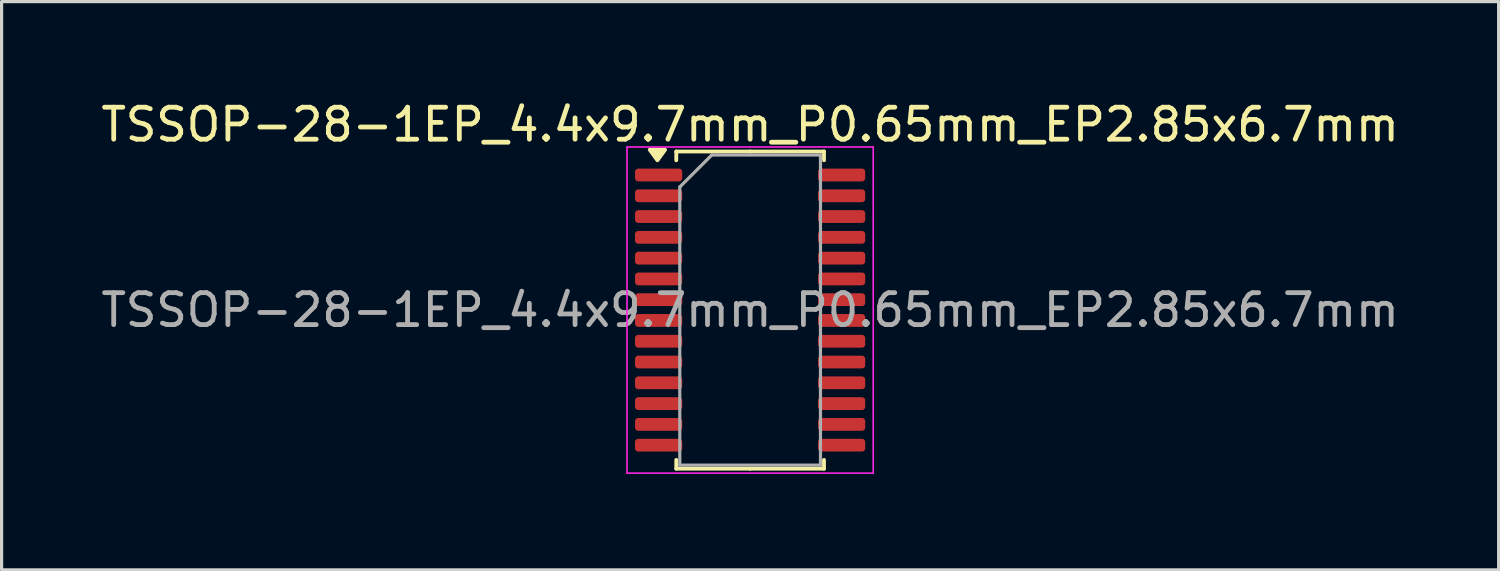
<source format=kicad_pcb>
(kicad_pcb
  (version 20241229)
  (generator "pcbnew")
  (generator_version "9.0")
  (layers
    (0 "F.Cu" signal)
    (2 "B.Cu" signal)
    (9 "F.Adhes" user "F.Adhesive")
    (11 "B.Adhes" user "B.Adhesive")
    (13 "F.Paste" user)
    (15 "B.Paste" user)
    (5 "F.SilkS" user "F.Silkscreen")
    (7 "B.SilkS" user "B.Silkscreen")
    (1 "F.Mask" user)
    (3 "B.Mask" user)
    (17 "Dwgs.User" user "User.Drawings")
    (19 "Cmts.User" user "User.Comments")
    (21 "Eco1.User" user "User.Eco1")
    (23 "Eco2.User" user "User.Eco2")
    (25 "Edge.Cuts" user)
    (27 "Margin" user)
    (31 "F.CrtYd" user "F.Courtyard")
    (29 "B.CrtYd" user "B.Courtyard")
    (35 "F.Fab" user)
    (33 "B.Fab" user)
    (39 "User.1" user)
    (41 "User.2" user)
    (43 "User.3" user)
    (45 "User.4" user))
  (footprint "TSSOP-28-1EP_4.4x9.7mm_P0.65mm_EP2.85x6.7mm"
    (layer "F.Cu")
    (at 20.411 6.648)
    (property "Reference" "TSSOP-28-1EP_4.4x9.7mm_P0.65mm_EP2.85x6.7mm" (at 0 -5.8 0) (layer "F.SilkS") (effects (font (size 1 1) (thickness 0.15))))
    (attr smd)
    (fp_line (start -2.31 -4.96) (end -2.31 -4.685) (stroke (width 0.12) (type solid)) (layer "F.SilkS"))
    (fp_line (start -2.31 4.96) (end -2.31 4.685) (stroke (width 0.12) (type solid)) (layer "F.SilkS"))
    (fp_line (start 0 -4.96) (end -2.31 -4.96) (stroke (width 0.12) (type solid)) (layer "F.SilkS"))
    (fp_line (start 0 -4.96) (end 2.31 -4.96) (stroke (width 0.12) (type solid)) (layer "F.SilkS"))
    (fp_line (start 0 4.96) (end -2.31 4.96) (stroke (width 0.12) (type solid)) (layer "F.SilkS"))
    (fp_line (start 0 4.96) (end 2.31 4.96) (stroke (width 0.12) (type solid)) (layer "F.SilkS"))
    (fp_line (start 2.31 -4.96) (end 2.31 -4.685) (stroke (width 0.12) (type solid)) (layer "F.SilkS"))
    (fp_line (start 2.31 4.96) (end 2.31 4.685) (stroke (width 0.12) (type solid)) (layer "F.SilkS"))
    (fp_poly (pts (xy -2.9 -4.685) (xy -3.14 -5.015) (xy -2.66 -5.015) (xy -2.9 -4.685)) (stroke (width 0.12) (type solid)) (fill yes) (layer "F.SilkS"))
    (fp_line (start -3.85 -5.1) (end -3.85 5.1) (stroke (width 0.05) (type solid)) (layer "F.CrtYd"))
    (fp_line (start -3.85 5.1) (end 3.85 5.1) (stroke (width 0.05) (type solid)) (layer "F.CrtYd"))
    (fp_line (start 3.85 -5.1) (end -3.85 -5.1) (stroke (width 0.05) (type solid)) (layer "F.CrtYd"))
    (fp_line (start 3.85 5.1) (end 3.85 -5.1) (stroke (width 0.05) (type solid)) (layer "F.CrtYd"))
    (fp_line (start -2.2 -3.85) (end -1.2 -4.85) (stroke (width 0.1) (type solid)) (layer "F.Fab"))
    (fp_line (start -2.2 4.85) (end -2.2 -3.85) (stroke (width 0.1) (type solid)) (layer "F.Fab"))
    (fp_line (start -1.2 -4.85) (end 2.2 -4.85) (stroke (width 0.1) (type solid)) (layer "F.Fab"))
    (fp_line (start 2.2 -4.85) (end 2.2 4.85) (stroke (width 0.1) (type solid)) (layer "F.Fab"))
    (fp_line (start 2.2 4.85) (end -2.2 4.85) (stroke (width 0.1) (type solid)) (layer "F.Fab"))
    (fp_text user "${REFERENCE}" (at 0 0 0) (layer "F.Fab") (effects (font (size 1 1) (thickness 0.15))))
    (pad "1" smd roundrect (at -2.862 -4.225) (size 1.475 0.4) (layers "F.Cu" "F.Mask" "F.Paste") (roundrect_rratio 0.25))
    (pad "2" smd roundrect (at -2.862 -3.575) (size 1.475 0.4) (layers "F.Cu" "F.Mask" "F.Paste") (roundrect_rratio 0.25))
    (pad "3" smd roundrect (at -2.862 -2.925) (size 1.475 0.4) (layers "F.Cu" "F.Mask" "F.Paste") (roundrect_rratio 0.25))
    (pad "4" smd roundrect (at -2.862 -2.275) (size 1.475 0.4) (layers "F.Cu" "F.Mask" "F.Paste") (roundrect_rratio 0.25))
    (pad "5" smd roundrect (at -2.862 -1.625) (size 1.475 0.4) (layers "F.Cu" "F.Mask" "F.Paste") (roundrect_rratio 0.25))
    (pad "6" smd roundrect (at -2.862 -0.975) (size 1.475 0.4) (layers "F.Cu" "F.Mask" "F.Paste") (roundrect_rratio 0.25))
    (pad "7" smd roundrect (at -2.862 -0.325) (size 1.475 0.4) (layers "F.Cu" "F.Mask" "F.Paste") (roundrect_rratio 0.25))
    (pad "8" smd roundrect (at -2.862 0.325) (size 1.475 0.4) (layers "F.Cu" "F.Mask" "F.Paste") (roundrect_rratio 0.25))
    (pad "9" smd roundrect (at -2.862 0.975) (size 1.475 0.4) (layers "F.Cu" "F.Mask" "F.Paste") (roundrect_rratio 0.25))
    (pad "10" smd roundrect (at -2.862 1.625) (size 1.475 0.4) (layers "F.Cu" "F.Mask" "F.Paste") (roundrect_rratio 0.25))
    (pad "11" smd roundrect (at -2.862 2.275) (size 1.475 0.4) (layers "F.Cu" "F.Mask" "F.Paste") (roundrect_rratio 0.25))
    (pad "12" smd roundrect (at -2.862 2.925) (size 1.475 0.4) (layers "F.Cu" "F.Mask" "F.Paste") (roundrect_rratio 0.25))
    (pad "13" smd roundrect (at -2.862 3.575) (size 1.475 0.4) (layers "F.Cu" "F.Mask" "F.Paste") (roundrect_rratio 0.25))
    (pad "14" smd roundrect (at -2.862 4.225) (size 1.475 0.4) (layers "F.Cu" "F.Mask" "F.Paste") (roundrect_rratio 0.25))
    (pad "15" smd roundrect (at 2.862 4.225) (size 1.475 0.4) (layers "F.Cu" "F.Mask" "F.Paste") (roundrect_rratio 0.25))
    (pad "16" smd roundrect (at 2.862 3.575) (size 1.475 0.4) (layers "F.Cu" "F.Mask" "F.Paste") (roundrect_rratio 0.25))
    (pad "17" smd roundrect (at 2.862 2.925) (size 1.475 0.4) (layers "F.Cu" "F.Mask" "F.Paste") (roundrect_rratio 0.25))
    (pad "18" smd roundrect (at 2.862 2.275) (size 1.475 0.4) (layers "F.Cu" "F.Mask" "F.Paste") (roundrect_rratio 0.25))
    (pad "19" smd roundrect (at 2.862 1.625) (size 1.475 0.4) (layers "F.Cu" "F.Mask" "F.Paste") (roundrect_rratio 0.25))
    (pad "20" smd roundrect (at 2.862 0.975) (size 1.475 0.4) (layers "F.Cu" "F.Mask" "F.Paste") (roundrect_rratio 0.25))
    (pad "21" smd roundrect (at 2.862 0.325) (size 1.475 0.4) (layers "F.Cu" "F.Mask" "F.Paste") (roundrect_rratio 0.25))
    (pad "22" smd roundrect (at 2.862 -0.325) (size 1.475 0.4) (layers "F.Cu" "F.Mask" "F.Paste") (roundrect_rratio 0.25))
    (pad "23" smd roundrect (at 2.862 -0.975) (size 1.475 0.4) (layers "F.Cu" "F.Mask" "F.Paste") (roundrect_rratio 0.25))
    (pad "24" smd roundrect (at 2.862 -1.625) (size 1.475 0.4) (layers "F.Cu" "F.Mask" "F.Paste") (roundrect_rratio 0.25))
    (pad "25" smd roundrect (at 2.862 -2.275) (size 1.475 0.4) (layers "F.Cu" "F.Mask" "F.Paste") (roundrect_rratio 0.25))
    (pad "26" smd roundrect (at 2.862 -2.925) (size 1.475 0.4) (layers "F.Cu" "F.Mask" "F.Paste") (roundrect_rratio 0.25))
    (pad "27" smd roundrect (at 2.862 -3.575) (size 1.475 0.4) (layers "F.Cu" "F.Mask" "F.Paste") (roundrect_rratio 0.25))
    (pad "28" smd roundrect (at 2.862 -4.225) (size 1.475 0.4) (layers "F.Cu" "F.Mask" "F.Paste") (roundrect_rratio 0.25)))
  (gr_rect
    (start -3 -3)
    (end 43.821 14.773)
    (stroke (width 0.1) (type default))
    (fill no)
    (layer "Edge.Cuts")))
</source>
